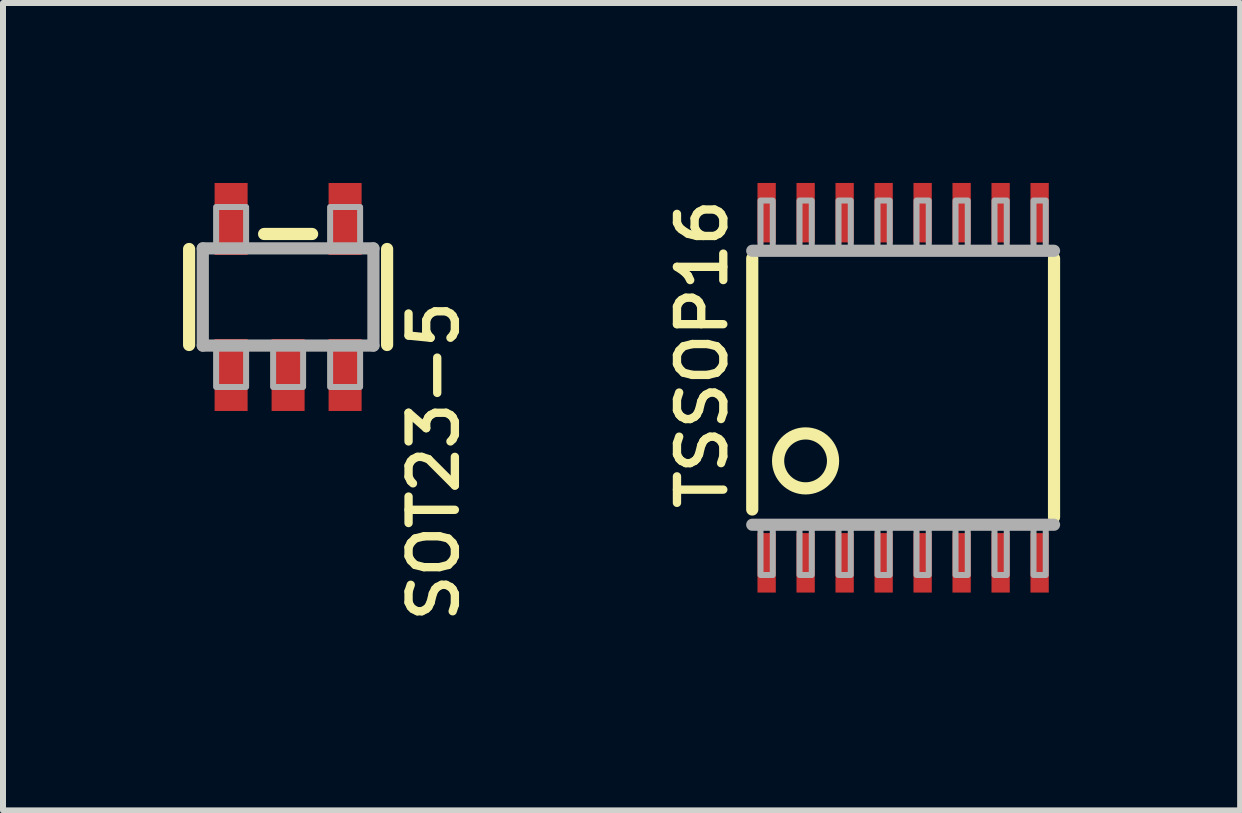
<source format=kicad_pcb>
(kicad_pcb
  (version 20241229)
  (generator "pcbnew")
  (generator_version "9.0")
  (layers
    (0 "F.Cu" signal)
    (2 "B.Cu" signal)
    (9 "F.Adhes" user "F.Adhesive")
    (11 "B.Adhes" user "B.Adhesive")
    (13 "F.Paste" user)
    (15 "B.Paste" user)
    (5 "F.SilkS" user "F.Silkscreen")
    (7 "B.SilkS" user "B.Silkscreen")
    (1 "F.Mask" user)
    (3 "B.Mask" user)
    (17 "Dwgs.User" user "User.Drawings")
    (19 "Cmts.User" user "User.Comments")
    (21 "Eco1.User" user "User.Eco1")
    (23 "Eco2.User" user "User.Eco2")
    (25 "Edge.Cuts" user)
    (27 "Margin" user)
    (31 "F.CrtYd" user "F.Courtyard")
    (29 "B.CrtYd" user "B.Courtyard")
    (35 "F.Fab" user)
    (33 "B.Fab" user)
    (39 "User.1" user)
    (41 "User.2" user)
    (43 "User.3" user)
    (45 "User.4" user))
  (footprint "TSSOP16"
    (layer "F.Cu")
    (at 12.003 3.413)
    (property "Reference" "TSSOP16" (at -2.896 2.083 270) (layer "F.SilkS") (effects (font (size 0.772 0.772) (thickness 0.139)) (justify left bottom)))
    (attr through_hole)
    (fp_line (start -2.515 2.029) (end -2.515 -2.156) (stroke (width 0.203) (type solid)) (layer "F.SilkS"))
    (fp_line (start 2.515 -2.156) (end 2.515 2.156) (stroke (width 0.203) (type solid)) (layer "F.SilkS"))
    (fp_circle (center -1.626 1.219) (end -1.168 1.219) (stroke (width 0.203) (type solid)) (fill no) (layer "F.SilkS"))
    (fp_line (start -2.515 2.283) (end 2.515 2.283) (stroke (width 0.203) (type solid)) (layer "F.Fab"))
    (fp_line (start 2.515 -2.283) (end -2.515 -2.283) (stroke (width 0.203) (type solid)) (layer "F.Fab"))
    (fp_poly (pts (xy -2.377 -2.283) (xy -2.173 -2.283) (xy -2.173 -3.121) (xy -2.377 -3.121)) (stroke (width 0.1) (type solid)) (fill no) (layer "F.Fab"))
    (fp_poly (pts (xy -2.377 3.121) (xy -2.173 3.121) (xy -2.173 2.283) (xy -2.377 2.283)) (stroke (width 0.1) (type solid)) (fill no) (layer "F.Fab"))
    (fp_poly (pts (xy -1.727 -2.283) (xy -1.523 -2.283) (xy -1.523 -3.121) (xy -1.727 -3.121)) (stroke (width 0.1) (type solid)) (fill no) (layer "F.Fab"))
    (fp_poly (pts (xy -1.727 3.121) (xy -1.523 3.121) (xy -1.523 2.283) (xy -1.727 2.283)) (stroke (width 0.1) (type solid)) (fill no) (layer "F.Fab"))
    (fp_poly (pts (xy -1.077 -2.283) (xy -0.873 -2.283) (xy -0.873 -3.121) (xy -1.077 -3.121)) (stroke (width 0.1) (type solid)) (fill no) (layer "F.Fab"))
    (fp_poly (pts (xy -1.077 3.121) (xy -0.873 3.121) (xy -0.873 2.283) (xy -1.077 2.283)) (stroke (width 0.1) (type solid)) (fill no) (layer "F.Fab"))
    (fp_poly (pts (xy -0.427 -2.283) (xy -0.223 -2.283) (xy -0.223 -3.121) (xy -0.427 -3.121)) (stroke (width 0.1) (type solid)) (fill no) (layer "F.Fab"))
    (fp_poly (pts (xy -0.427 3.121) (xy -0.223 3.121) (xy -0.223 2.283) (xy -0.427 2.283)) (stroke (width 0.1) (type solid)) (fill no) (layer "F.Fab"))
    (fp_poly (pts (xy 0.223 -2.283) (xy 0.427 -2.283) (xy 0.427 -3.121) (xy 0.223 -3.121)) (stroke (width 0.1) (type solid)) (fill no) (layer "F.Fab"))
    (fp_poly (pts (xy 0.223 3.121) (xy 0.427 3.121) (xy 0.427 2.283) (xy 0.223 2.283)) (stroke (width 0.1) (type solid)) (fill no) (layer "F.Fab"))
    (fp_poly (pts (xy 0.873 -2.283) (xy 1.077 -2.283) (xy 1.077 -3.121) (xy 0.873 -3.121)) (stroke (width 0.1) (type solid)) (fill no) (layer "F.Fab"))
    (fp_poly (pts (xy 0.873 3.121) (xy 1.077 3.121) (xy 1.077 2.283) (xy 0.873 2.283)) (stroke (width 0.1) (type solid)) (fill no) (layer "F.Fab"))
    (fp_poly (pts (xy 1.523 -2.283) (xy 1.727 -2.283) (xy 1.727 -3.121) (xy 1.523 -3.121)) (stroke (width 0.1) (type solid)) (fill no) (layer "F.Fab"))
    (fp_poly (pts (xy 1.523 3.121) (xy 1.727 3.121) (xy 1.727 2.283) (xy 1.523 2.283)) (stroke (width 0.1) (type solid)) (fill no) (layer "F.Fab"))
    (fp_poly (pts (xy 2.173 -2.283) (xy 2.377 -2.283) (xy 2.377 -3.121) (xy 2.173 -3.121)) (stroke (width 0.1) (type solid)) (fill no) (layer "F.Fab"))
    (fp_poly (pts (xy 2.173 3.121) (xy 2.377 3.121) (xy 2.377 2.283) (xy 2.173 2.283)) (stroke (width 0.1) (type solid)) (fill no) (layer "F.Fab"))
    (pad "1" smd rect (at -2.275 2.918) (size 0.305 0.991) (layers "F.Cu" "F.Mask" "F.Paste"))
    (pad "2" smd rect (at -1.625 2.918) (size 0.305 0.991) (layers "F.Cu" "F.Mask" "F.Paste"))
    (pad "3" smd rect (at -0.975 2.918) (size 0.305 0.991) (layers "F.Cu" "F.Mask" "F.Paste"))
    (pad "4" smd rect (at -0.325 2.918) (size 0.305 0.991) (layers "F.Cu" "F.Mask" "F.Paste"))
    (pad "5" smd rect (at 0.325 2.918) (size 0.305 0.991) (layers "F.Cu" "F.Mask" "F.Paste"))
    (pad "6" smd rect (at 0.975 2.918) (size 0.305 0.991) (layers "F.Cu" "F.Mask" "F.Paste"))
    (pad "7" smd rect (at 1.625 2.918) (size 0.305 0.991) (layers "F.Cu" "F.Mask" "F.Paste"))
    (pad "8" smd rect (at 2.275 2.918) (size 0.305 0.991) (layers "F.Cu" "F.Mask" "F.Paste"))
    (pad "9" smd rect (at 2.275 -2.918) (size 0.305 0.991) (layers "F.Cu" "F.Mask" "F.Paste"))
    (pad "10" smd rect (at 1.625 -2.918) (size 0.305 0.991) (layers "F.Cu" "F.Mask" "F.Paste"))
    (pad "11" smd rect (at 0.975 -2.918) (size 0.305 0.991) (layers "F.Cu" "F.Mask" "F.Paste"))
    (pad "12" smd rect (at 0.325 -2.918) (size 0.305 0.991) (layers "F.Cu" "F.Mask" "F.Paste"))
    (pad "13" smd rect (at -0.325 -2.918) (size 0.305 0.991) (layers "F.Cu" "F.Mask" "F.Paste"))
    (pad "14" smd rect (at -0.975 -2.918) (size 0.305 0.991) (layers "F.Cu" "F.Mask" "F.Paste"))
    (pad "15" smd rect (at -1.625 -2.918) (size 0.305 0.991) (layers "F.Cu" "F.Mask" "F.Paste"))
    (pad "16" smd rect (at -2.275 -2.918) (size 0.305 0.991) (layers "F.Cu" "F.Mask" "F.Paste")))
  (footprint "SOT23-5"
    (layer "F.Cu")
    (at 1.752 1.9)
    (property "Reference" "SOT23-5" (at 1.978 0 90) (layer "F.SilkS") (effects (font (size 0.772 0.772) (thickness 0.139)) (justify right top)))
    (attr through_hole)
    (fp_line (start -1.65 -0.8) (end -1.65 0.8) (stroke (width 0.203) (type solid)) (layer "F.SilkS"))
    (fp_line (start -0.4 -1.05) (end 0.4 -1.05) (stroke (width 0.203) (type solid)) (layer "F.SilkS"))
    (fp_line (start 1.65 -0.8) (end 1.65 0.8) (stroke (width 0.203) (type solid)) (layer "F.SilkS"))
    (fp_line (start -1.422 -0.81) (end 1.422 -0.81) (stroke (width 0.203) (type solid)) (layer "F.Fab"))
    (fp_line (start -1.422 0.81) (end -1.422 -0.81) (stroke (width 0.203) (type solid)) (layer "F.Fab"))
    (fp_line (start 1.422 -0.81) (end 1.422 0.81) (stroke (width 0.203) (type solid)) (layer "F.Fab"))
    (fp_line (start 1.422 0.81) (end -1.422 0.81) (stroke (width 0.203) (type solid)) (layer "F.Fab"))
    (fp_poly (pts (xy -1.2 -0.85) (xy -0.7 -0.85) (xy -0.7 -1.5) (xy -1.2 -1.5)) (stroke (width 0.1) (type solid)) (fill no) (layer "F.Fab"))
    (fp_poly (pts (xy -1.2 1.5) (xy -0.7 1.5) (xy -0.7 0.85) (xy -1.2 0.85)) (stroke (width 0.1) (type solid)) (fill no) (layer "F.Fab"))
    (fp_poly (pts (xy -0.25 1.5) (xy 0.25 1.5) (xy 0.25 0.85) (xy -0.25 0.85)) (stroke (width 0.1) (type solid)) (fill no) (layer "F.Fab"))
    (fp_poly (pts (xy 0.7 -0.85) (xy 1.2 -0.85) (xy 1.2 -1.5) (xy 0.7 -1.5)) (stroke (width 0.1) (type solid)) (fill no) (layer "F.Fab"))
    (fp_poly (pts (xy 0.7 1.5) (xy 1.2 1.5) (xy 1.2 0.85) (xy 0.7 0.85)) (stroke (width 0.1) (type solid)) (fill no) (layer "F.Fab"))
    (pad "1" smd rect (at -0.95 1.3) (size 0.55 1.2) (layers "F.Cu" "F.Mask" "F.Paste"))
    (pad "2" smd rect (at 0 1.3) (size 0.55 1.2) (layers "F.Cu" "F.Mask" "F.Paste"))
    (pad "3" smd rect (at 0.95 1.3) (size 0.55 1.2) (layers "F.Cu" "F.Mask" "F.Paste"))
    (pad "4" smd rect (at 0.95 -1.3) (size 0.55 1.2) (layers "F.Cu" "F.Mask" "F.Paste"))
    (pad "5" smd rect (at -0.95 -1.3) (size 0.55 1.2) (layers "F.Cu" "F.Mask" "F.Paste")))
  (gr_rect
    (start -3 -3)
    (end 17.62 10.457)
    (stroke (width 0.1) (type default))
    (fill no)
    (layer "Edge.Cuts")))
</source>
